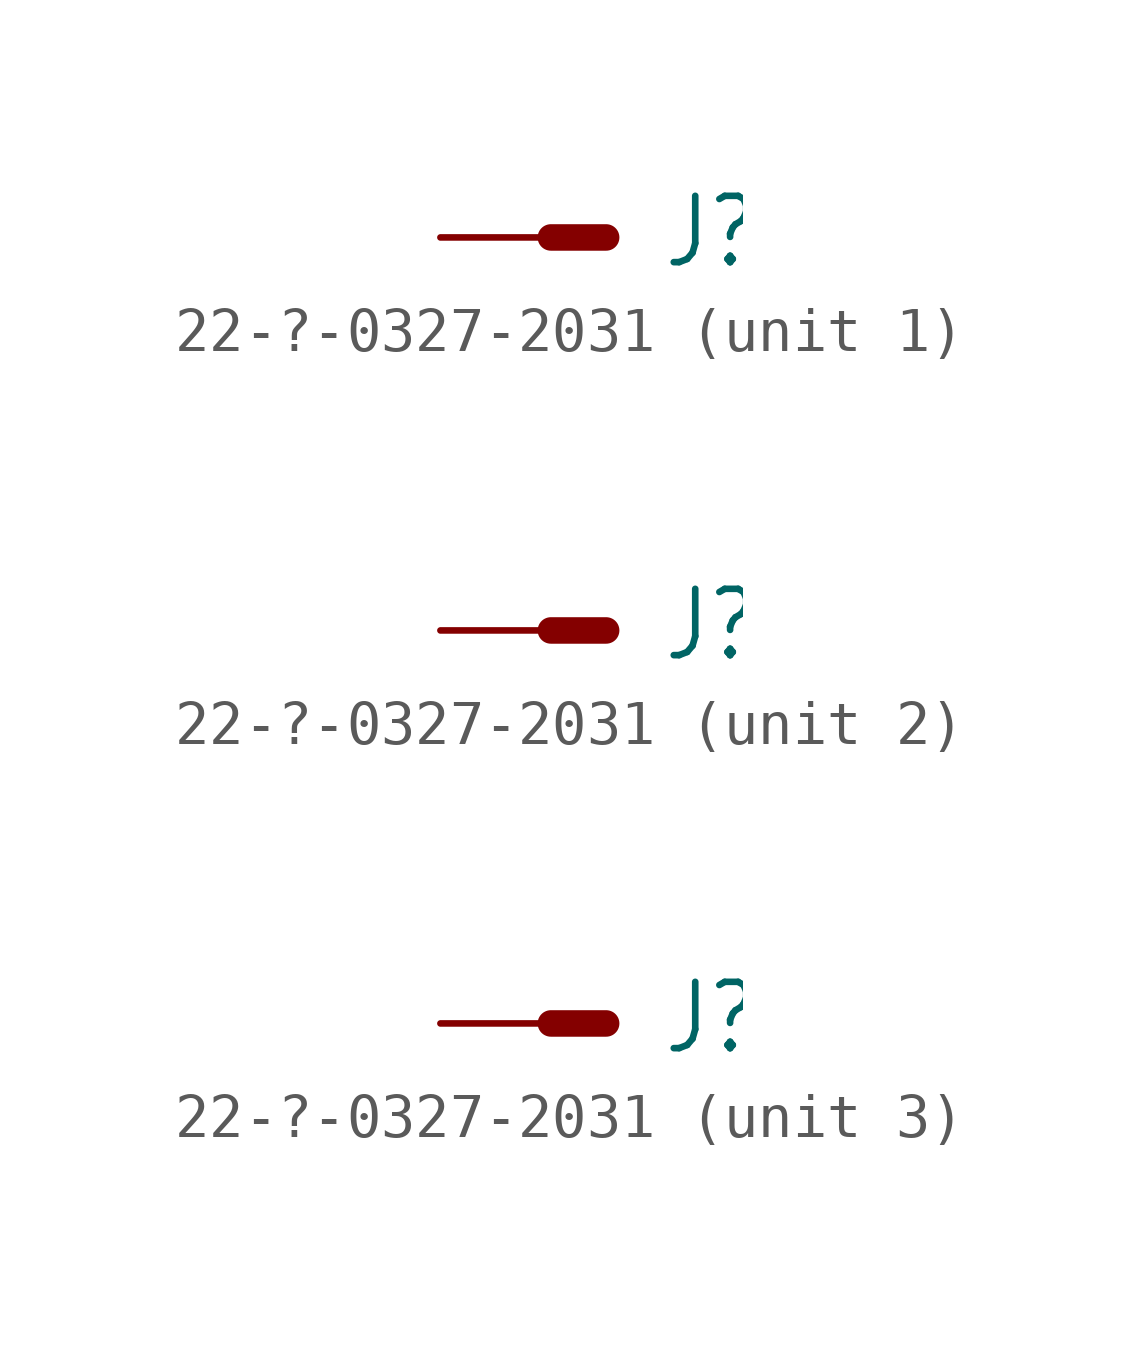
<source format=kicad_sym>
(kicad_symbol_lib
  (version 20211014)
  (generator kicad_symbol_editor)
  (symbol "22-?-0327-2031"
    (property "Reference" "J"
      (at 2.54 -0.762 0)
      (effects (font (size 1.524 1.295)) (justify left bottom)))
    (property "ki_locked" ""
      (at 0 0 0)
      (effects (font (size 1.27 1.27))))
    (symbol "22-?-0327-2031_1_0"
      (polyline (pts (xy 1.27 0) (xy 0 0)) (stroke (width 0.61) (type default) (color 0 0 0 0)) (fill (type none)))
      (pin passive line (at -2.54 0 0) (length 2.54) (name "S" (effects (font (size 0 0)))) (number "1" (effects (font (size 0 0))))))
    (symbol "22-?-0327-2031_2_0"
      (polyline (pts (xy 1.27 0) (xy 0 0)) (stroke (width 0.61) (type default) (color 0 0 0 0)) (fill (type none)))
      (pin passive line (at -2.54 0 0) (length 2.54) (name "S" (effects (font (size 0 0)))) (number "2" (effects (font (size 0 0))))))
    (symbol "22-?-0327-2031_3_0"
      (polyline (pts (xy 1.27 0) (xy 0 0)) (stroke (width 0.61) (type default) (color 0 0 0 0)) (fill (type none)))
      (pin passive line (at -2.54 0 0) (length 2.54) (name "S" (effects (font (size 0 0)))) (number "3" (effects (font (size 0 0))))))))
</source>
